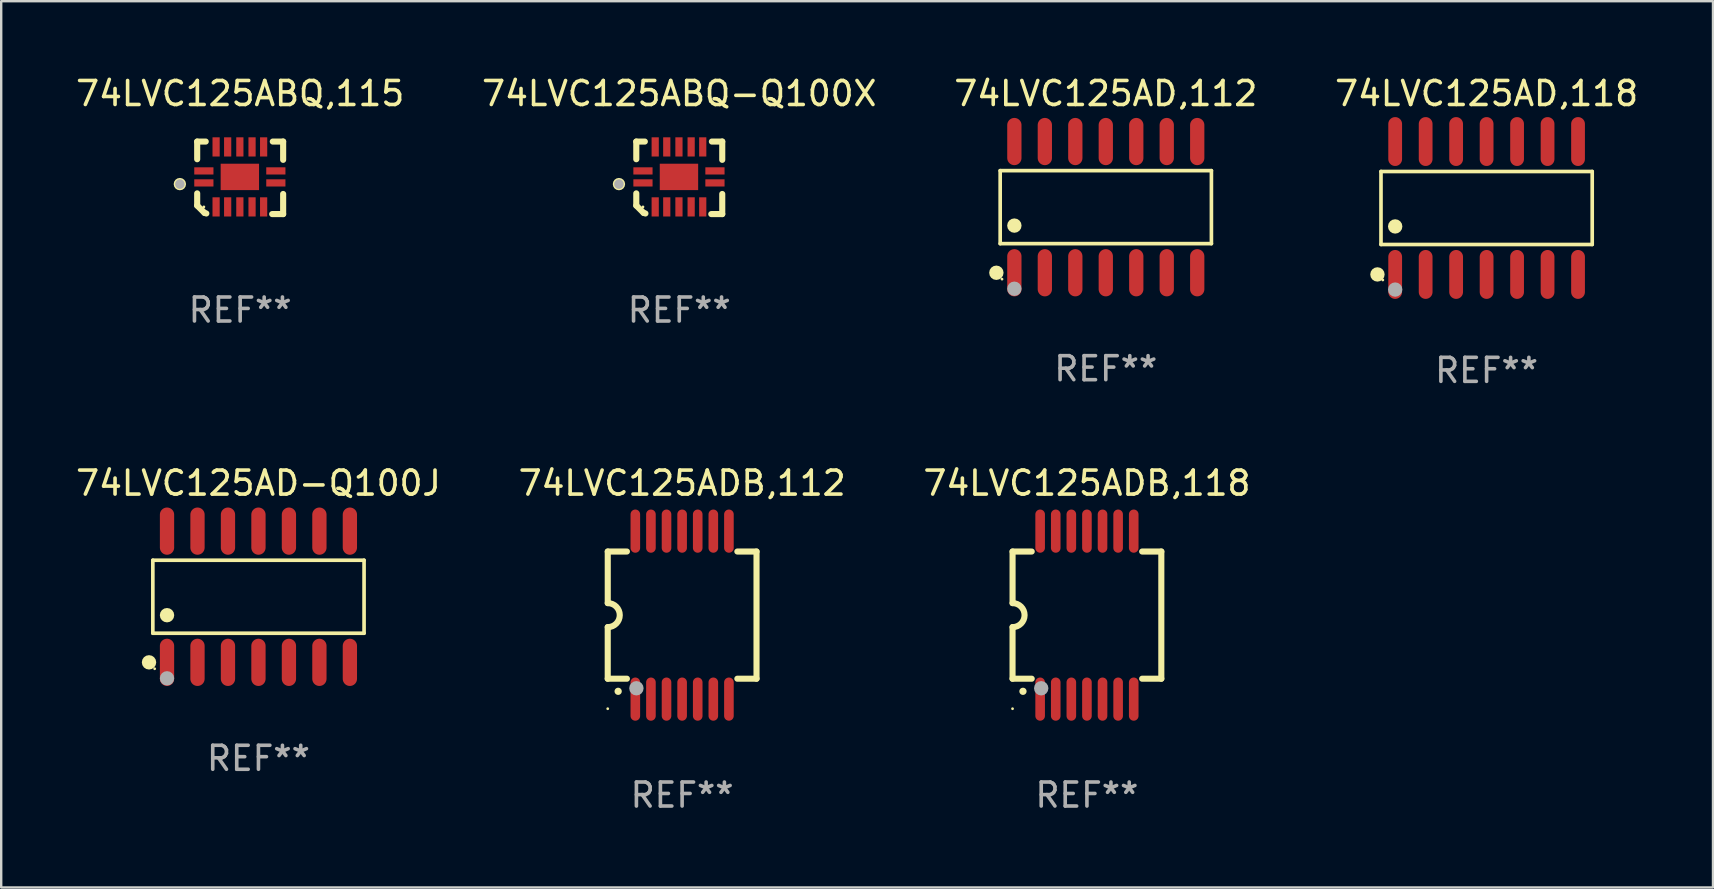
<source format=kicad_pcb>
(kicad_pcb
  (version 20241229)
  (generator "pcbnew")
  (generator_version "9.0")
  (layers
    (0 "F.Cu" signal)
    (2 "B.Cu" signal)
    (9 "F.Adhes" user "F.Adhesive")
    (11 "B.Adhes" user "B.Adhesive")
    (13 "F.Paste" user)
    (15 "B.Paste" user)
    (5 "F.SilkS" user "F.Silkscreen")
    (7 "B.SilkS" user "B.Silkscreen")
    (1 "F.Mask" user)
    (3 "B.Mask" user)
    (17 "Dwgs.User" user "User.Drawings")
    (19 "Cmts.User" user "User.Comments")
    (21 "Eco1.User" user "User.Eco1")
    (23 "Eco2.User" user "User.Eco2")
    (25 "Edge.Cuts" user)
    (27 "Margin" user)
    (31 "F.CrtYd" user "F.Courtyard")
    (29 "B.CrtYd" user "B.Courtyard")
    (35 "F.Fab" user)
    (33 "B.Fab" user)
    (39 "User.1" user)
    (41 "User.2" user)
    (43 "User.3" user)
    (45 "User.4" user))
  (footprint "74LVC125ABQ,115"
    (layer "F.Cu")
    (at 6.958 4.36)
    (property "Reference" "74LVC125ABQ,115" (at 0 -3.511 0) (layer "F.SilkS") (effects (font (size 1 1) (thickness 0.15))))
    (attr through_hole)
    (fp_line (start -1.791 -1.511) (end -1.435 -1.511) (stroke (width 0.254) (type solid)) (layer "F.SilkS"))
    (fp_line (start -1.791 -0.775) (end -1.791 -1.511) (stroke (width 0.254) (type solid)) (layer "F.SilkS"))
    (fp_line (start -1.791 1.156) (end -1.791 0.648) (stroke (width 0.254) (type solid)) (layer "F.SilkS"))
    (fp_line (start -1.486 1.461) (end -1.791 1.156) (stroke (width 0.254) (type solid)) (layer "F.SilkS"))
    (fp_line (start -1.41 1.486) (end -1.486 1.461) (stroke (width 0.254) (type solid)) (layer "F.SilkS"))
    (fp_line (start 1.334 1.511) (end 1.791 1.511) (stroke (width 0.254) (type solid)) (layer "F.SilkS"))
    (fp_line (start 1.791 -1.511) (end 1.359 -1.511) (stroke (width 0.254) (type solid)) (layer "F.SilkS"))
    (fp_line (start 1.791 -0.749) (end 1.791 -1.511) (stroke (width 0.254) (type solid)) (layer "F.SilkS"))
    (fp_line (start 1.791 1.511) (end 1.791 0.673) (stroke (width 0.254) (type solid)) (layer "F.SilkS"))
    (fp_circle (center -2.513 0.262) (end -2.383 0.262) (stroke (width 0.254) (type solid)) (fill no) (layer "F.SilkS"))
    (fp_circle (center -1.513 1.212) (end -1.483 1.212) (stroke (width 0.06) (type solid)) (fill no) (layer "F.SilkS"))
    (fp_circle (center -2.513 0.262) (end -2.413 0.262) (stroke (width 0.2) (type solid)) (fill no) (layer "F.Fab"))
    (fp_text user "REF**" (at 0 5.511 0) (layer "F.Fab") (effects (font (size 1 1) (thickness 0.15))))
    (pad "1" smd rect (at -1.513 0.212) (size 0.8 0.3) (layers "F.Cu" "F.Mask" "F.Paste"))
    (pad "2" smd rect (at -1.003 1.212) (size 0.3 0.8) (layers "F.Cu" "F.Mask" "F.Paste"))
    (pad "3" smd rect (at -0.521 1.212) (size 0.3 0.8) (layers "F.Cu" "F.Mask" "F.Paste"))
    (pad "4" smd rect (at -0.013 1.212) (size 0.3 0.8) (layers "F.Cu" "F.Mask" "F.Paste"))
    (pad "5" smd rect (at 0.495 1.212) (size 0.3 0.8) (layers "F.Cu" "F.Mask" "F.Paste"))
    (pad "6" smd rect (at 0.978 1.212) (size 0.3 0.8) (layers "F.Cu" "F.Mask" "F.Paste"))
    (pad "7" smd rect (at 1.487 0.212) (size 0.8 0.3) (layers "F.Cu" "F.Mask" "F.Paste"))
    (pad "8" smd rect (at 1.487 -0.288) (size 0.8 0.3) (layers "F.Cu" "F.Mask" "F.Paste"))
    (pad "9" smd rect (at 0.978 -1.288) (size 0.3 0.8) (layers "F.Cu" "F.Mask" "F.Paste"))
    (pad "10" smd rect (at 0.495 -1.288) (size 0.3 0.8) (layers "F.Cu" "F.Mask" "F.Paste"))
    (pad "11" smd rect (at -0.013 -1.288) (size 0.3 0.8) (layers "F.Cu" "F.Mask" "F.Paste"))
    (pad "12" smd rect (at -0.521 -1.288) (size 0.3 0.8) (layers "F.Cu" "F.Mask" "F.Paste"))
    (pad "13" smd rect (at -1.003 -1.288) (size 0.3 0.8) (layers "F.Cu" "F.Mask" "F.Paste"))
    (pad "14" smd rect (at -1.513 -0.288) (size 0.8 0.3) (layers "F.Cu" "F.Mask" "F.Paste"))
    (pad "15" smd rect (at -0.013 -0.038 90) (size 1.1 1.6) (layers "F.Cu" "F.Mask" "F.Paste")))
  (footprint "74LVC125ABQ-Q100X"
    (layer "F.Cu")
    (at 25.256 4.36)
    (property "Reference" "74LVC125ABQ-Q100X" (at 0 -3.511 0) (layer "F.SilkS") (effects (font (size 1 1) (thickness 0.15))))
    (attr through_hole)
    (fp_line (start -1.791 -1.511) (end -1.435 -1.511) (stroke (width 0.254) (type solid)) (layer "F.SilkS"))
    (fp_line (start -1.791 -0.775) (end -1.791 -1.511) (stroke (width 0.254) (type solid)) (layer "F.SilkS"))
    (fp_line (start -1.791 1.156) (end -1.791 0.648) (stroke (width 0.254) (type solid)) (layer "F.SilkS"))
    (fp_line (start -1.486 1.461) (end -1.791 1.156) (stroke (width 0.254) (type solid)) (layer "F.SilkS"))
    (fp_line (start -1.41 1.486) (end -1.486 1.461) (stroke (width 0.254) (type solid)) (layer "F.SilkS"))
    (fp_line (start 1.334 1.511) (end 1.791 1.511) (stroke (width 0.254) (type solid)) (layer "F.SilkS"))
    (fp_line (start 1.791 -1.511) (end 1.359 -1.511) (stroke (width 0.254) (type solid)) (layer "F.SilkS"))
    (fp_line (start 1.791 -0.749) (end 1.791 -1.511) (stroke (width 0.254) (type solid)) (layer "F.SilkS"))
    (fp_line (start 1.791 1.511) (end 1.791 0.673) (stroke (width 0.254) (type solid)) (layer "F.SilkS"))
    (fp_circle (center -2.513 0.262) (end -2.383 0.262) (stroke (width 0.254) (type solid)) (fill no) (layer "F.SilkS"))
    (fp_circle (center -1.513 1.212) (end -1.483 1.212) (stroke (width 0.06) (type solid)) (fill no) (layer "F.SilkS"))
    (fp_circle (center -2.513 0.262) (end -2.413 0.262) (stroke (width 0.2) (type solid)) (fill no) (layer "F.Fab"))
    (fp_text user "REF**" (at 0 5.511 0) (layer "F.Fab") (effects (font (size 1 1) (thickness 0.15))))
    (pad "1" smd rect (at -1.513 0.212) (size 0.8 0.3) (layers "F.Cu" "F.Mask" "F.Paste"))
    (pad "2" smd rect (at -1.003 1.212) (size 0.3 0.8) (layers "F.Cu" "F.Mask" "F.Paste"))
    (pad "3" smd rect (at -0.521 1.212) (size 0.3 0.8) (layers "F.Cu" "F.Mask" "F.Paste"))
    (pad "4" smd rect (at -0.013 1.212) (size 0.3 0.8) (layers "F.Cu" "F.Mask" "F.Paste"))
    (pad "5" smd rect (at 0.495 1.212) (size 0.3 0.8) (layers "F.Cu" "F.Mask" "F.Paste"))
    (pad "6" smd rect (at 0.978 1.212) (size 0.3 0.8) (layers "F.Cu" "F.Mask" "F.Paste"))
    (pad "7" smd rect (at 1.487 0.212) (size 0.8 0.3) (layers "F.Cu" "F.Mask" "F.Paste"))
    (pad "8" smd rect (at 1.487 -0.288) (size 0.8 0.3) (layers "F.Cu" "F.Mask" "F.Paste"))
    (pad "9" smd rect (at 0.978 -1.288) (size 0.3 0.8) (layers "F.Cu" "F.Mask" "F.Paste"))
    (pad "10" smd rect (at 0.495 -1.288) (size 0.3 0.8) (layers "F.Cu" "F.Mask" "F.Paste"))
    (pad "11" smd rect (at -0.013 -1.288) (size 0.3 0.8) (layers "F.Cu" "F.Mask" "F.Paste"))
    (pad "12" smd rect (at -0.521 -1.288) (size 0.3 0.8) (layers "F.Cu" "F.Mask" "F.Paste"))
    (pad "13" smd rect (at -1.003 -1.288) (size 0.3 0.8) (layers "F.Cu" "F.Mask" "F.Paste"))
    (pad "14" smd rect (at -1.513 -0.288) (size 0.8 0.3) (layers "F.Cu" "F.Mask" "F.Paste"))
    (pad "15" smd rect (at -0.013 -0.038 90) (size 1.1 1.6) (layers "F.Cu" "F.Mask" "F.Paste")))
  (footprint "74LVC125AD,118"
    (layer "F.Cu")
    (at 58.899 5.617)
    (property "Reference" "74LVC125AD,118" (at 0 -4.769 0) (layer "F.SilkS") (effects (font (size 1 1) (thickness 0.15))))
    (attr through_hole)
    (fp_line (start -4.401 -1.521) (end 4.401 -1.521) (stroke (width 0.152) (type solid)) (layer "F.SilkS"))
    (fp_line (start -4.401 1.521) (end -4.401 -1.521) (stroke (width 0.152) (type solid)) (layer "F.SilkS"))
    (fp_line (start 4.401 -1.521) (end 4.401 1.521) (stroke (width 0.152) (type solid)) (layer "F.SilkS"))
    (fp_line (start 4.401 1.521) (end -4.401 1.521) (stroke (width 0.152) (type solid)) (layer "F.SilkS"))
    (fp_circle (center -4.549 2.769) (end -4.399 2.769) (stroke (width 0.3) (type solid)) (fill no) (layer "F.SilkS"))
    (fp_circle (center -4.325 3) (end -4.295 3) (stroke (width 0.06) (type solid)) (fill no) (layer "F.SilkS"))
    (fp_circle (center -3.81 0.769) (end -3.66 0.769) (stroke (width 0.3) (type solid)) (fill no) (layer "F.SilkS"))
    (fp_circle (center -3.81 3.4) (end -3.66 3.4) (stroke (width 0.3) (type solid)) (fill no) (layer "F.Fab"))
    (fp_text user "REF**" (at 0 6.769 0) (layer "F.Fab") (effects (font (size 1 1) (thickness 0.15))))
    (pad "1" smd oval (at -3.81 2.769) (size 0.574 2.038) (layers "F.Cu" "F.Mask" "F.Paste"))
    (pad "2" smd oval (at -2.54 2.769) (size 0.574 2.038) (layers "F.Cu" "F.Mask" "F.Paste"))
    (pad "3" smd oval (at -1.27 2.769) (size 0.574 2.038) (layers "F.Cu" "F.Mask" "F.Paste"))
    (pad "4" smd oval (at 0 2.769) (size 0.574 2.038) (layers "F.Cu" "F.Mask" "F.Paste"))
    (pad "5" smd oval (at 1.27 2.769) (size 0.574 2.038) (layers "F.Cu" "F.Mask" "F.Paste"))
    (pad "6" smd oval (at 2.54 2.769) (size 0.574 2.038) (layers "F.Cu" "F.Mask" "F.Paste"))
    (pad "7" smd oval (at 3.81 2.769) (size 0.574 2.038) (layers "F.Cu" "F.Mask" "F.Paste"))
    (pad "8" smd oval (at 3.81 -2.769) (size 0.574 2.038) (layers "F.Cu" "F.Mask" "F.Paste"))
    (pad "9" smd oval (at 2.54 -2.769) (size 0.574 2.038) (layers "F.Cu" "F.Mask" "F.Paste"))
    (pad "10" smd oval (at 1.27 -2.769) (size 0.574 2.038) (layers "F.Cu" "F.Mask" "F.Paste"))
    (pad "11" smd oval (at 0 -2.769) (size 0.574 2.038) (layers "F.Cu" "F.Mask" "F.Paste"))
    (pad "12" smd oval (at -1.27 -2.769) (size 0.574 2.038) (layers "F.Cu" "F.Mask" "F.Paste"))
    (pad "13" smd oval (at -2.54 -2.769) (size 0.574 2.038) (layers "F.Cu" "F.Mask" "F.Paste"))
    (pad "14" smd oval (at -3.81 -2.769) (size 0.574 2.038) (layers "F.Cu" "F.Mask" "F.Paste")))
  (footprint "74LVC125AD,112"
    (layer "F.Cu")
    (at 43.03 5.582)
    (property "Reference" "74LVC125AD,112" (at 0 -4.734 0) (layer "F.SilkS") (effects (font (size 1 1) (thickness 0.15))))
    (attr through_hole)
    (fp_line (start -4.401 -1.521) (end 4.401 -1.521) (stroke (width 0.152) (type solid)) (layer "F.SilkS"))
    (fp_line (start -4.401 1.521) (end -4.401 -1.521) (stroke (width 0.152) (type solid)) (layer "F.SilkS"))
    (fp_line (start 4.401 -1.521) (end 4.401 1.521) (stroke (width 0.152) (type solid)) (layer "F.SilkS"))
    (fp_line (start 4.401 1.521) (end -4.401 1.521) (stroke (width 0.152) (type solid)) (layer "F.SilkS"))
    (fp_circle (center -4.56 2.734) (end -4.41 2.734) (stroke (width 0.3) (type solid)) (fill no) (layer "F.SilkS"))
    (fp_circle (center -4.325 3) (end -4.295 3) (stroke (width 0.06) (type solid)) (fill no) (layer "F.SilkS"))
    (fp_circle (center -3.81 0.769) (end -3.66 0.769) (stroke (width 0.3) (type solid)) (fill no) (layer "F.SilkS"))
    (fp_circle (center -3.81 3.4) (end -3.66 3.4) (stroke (width 0.3) (type solid)) (fill no) (layer "F.Fab"))
    (fp_text user "REF**" (at 0 6.734 0) (layer "F.Fab") (effects (font (size 1 1) (thickness 0.15))))
    (pad "1" smd oval (at -3.81 2.734) (size 0.595 1.968) (layers "F.Cu" "F.Mask" "F.Paste"))
    (pad "2" smd oval (at -2.54 2.734) (size 0.595 1.968) (layers "F.Cu" "F.Mask" "F.Paste"))
    (pad "3" smd oval (at -1.27 2.734) (size 0.595 1.968) (layers "F.Cu" "F.Mask" "F.Paste"))
    (pad "4" smd oval (at 0 2.734) (size 0.595 1.968) (layers "F.Cu" "F.Mask" "F.Paste"))
    (pad "5" smd oval (at 1.27 2.734) (size 0.595 1.968) (layers "F.Cu" "F.Mask" "F.Paste"))
    (pad "6" smd oval (at 2.54 2.734) (size 0.595 1.968) (layers "F.Cu" "F.Mask" "F.Paste"))
    (pad "7" smd oval (at 3.81 2.734) (size 0.595 1.968) (layers "F.Cu" "F.Mask" "F.Paste"))
    (pad "8" smd oval (at 3.81 -2.734) (size 0.595 1.968) (layers "F.Cu" "F.Mask" "F.Paste"))
    (pad "9" smd oval (at 2.54 -2.734) (size 0.595 1.968) (layers "F.Cu" "F.Mask" "F.Paste"))
    (pad "10" smd oval (at 1.27 -2.734) (size 0.595 1.968) (layers "F.Cu" "F.Mask" "F.Paste"))
    (pad "11" smd oval (at 0 -2.734) (size 0.595 1.968) (layers "F.Cu" "F.Mask" "F.Paste"))
    (pad "12" smd oval (at -1.27 -2.734) (size 0.595 1.968) (layers "F.Cu" "F.Mask" "F.Paste"))
    (pad "13" smd oval (at -2.54 -2.734) (size 0.595 1.968) (layers "F.Cu" "F.Mask" "F.Paste"))
    (pad "14" smd oval (at -3.81 -2.734) (size 0.595 1.968) (layers "F.Cu" "F.Mask" "F.Paste")))
  (footprint "74LVC125ADB,112"
    (layer "F.Cu")
    (at 25.375 22.583)
    (property "Reference" "74LVC125ADB,112" (at 0 -5.5 0) (layer "F.SilkS") (effects (font (size 1 1) (thickness 0.15))))
    (attr through_hole)
    (fp_line (start -3.1 2.65) (end -3.1 0.5) (stroke (width 0.254) (type solid)) (layer "F.SilkS"))
    (fp_line (start -3.099 -2.65) (end -2.301 -2.65) (stroke (width 0.254) (type solid)) (layer "F.SilkS"))
    (fp_line (start -3.099 -0.5) (end -3.099 -2.65) (stroke (width 0.254) (type solid)) (layer "F.SilkS"))
    (fp_line (start -2.301 2.65) (end -3.1 2.65) (stroke (width 0.254) (type solid)) (layer "F.SilkS"))
    (fp_line (start 2.301 -2.65) (end 3.1 -2.65) (stroke (width 0.254) (type solid)) (layer "F.SilkS"))
    (fp_line (start 3.1 -2.65) (end 3.1 2.65) (stroke (width 0.254) (type solid)) (layer "F.SilkS"))
    (fp_line (start 3.1 2.65) (end 2.301 2.65) (stroke (width 0.254) (type solid)) (layer "F.SilkS"))
    (fp_arc (start -3.098806 -0.500381) (mid -2.598806 0) (end -3.098806 0.500381) (stroke (width 0.254001) (type solid)) (layer "F.SilkS"))
    (fp_arc (start -2.667005 3.175006) (mid -2.665735 3.175001) (end -2.664465 3.175006) (stroke (width 0.3) (type solid)) (layer "F.SilkS"))
    (fp_circle (center -3.1 3.9) (end -3.07 3.9) (stroke (width 0.06) (type solid)) (fill no) (layer "F.SilkS"))
    (fp_circle (center -1.905 3.048) (end -1.755 3.048) (stroke (width 0.3) (type solid)) (fill no) (layer "F.Fab"))
    (fp_text user "REF**" (at 0 7.5 0) (layer "F.Fab") (effects (font (size 1 1) (thickness 0.15))))
    (pad "1" smd oval (at -1.95 3.5 270) (size 1.8 0.4) (layers "F.Cu" "F.Mask" "F.Paste"))
    (pad "2" smd oval (at -1.3 3.5 270) (size 1.8 0.4) (layers "F.Cu" "F.Mask" "F.Paste"))
    (pad "3" smd oval (at -0.65 3.5 270) (size 1.8 0.4) (layers "F.Cu" "F.Mask" "F.Paste"))
    (pad "4" smd oval (at 0 3.5 270) (size 1.8 0.4) (layers "F.Cu" "F.Mask" "F.Paste"))
    (pad "5" smd oval (at 0.65 3.5 270) (size 1.8 0.4) (layers "F.Cu" "F.Mask" "F.Paste"))
    (pad "6" smd oval (at 1.3 3.5 270) (size 1.8 0.4) (layers "F.Cu" "F.Mask" "F.Paste"))
    (pad "7" smd oval (at 1.95 3.5 270) (size 1.8 0.4) (layers "F.Cu" "F.Mask" "F.Paste"))
    (pad "8" smd oval (at 1.95 -3.5 90) (size 1.8 0.4) (layers "F.Cu" "F.Mask" "F.Paste"))
    (pad "9" smd oval (at 1.3 -3.5 90) (size 1.8 0.4) (layers "F.Cu" "F.Mask" "F.Paste"))
    (pad "10" smd oval (at 0.65 -3.5 90) (size 1.8 0.4) (layers "F.Cu" "F.Mask" "F.Paste"))
    (pad "11" smd oval (at 0 -3.5 90) (size 1.8 0.4) (layers "F.Cu" "F.Mask" "F.Paste"))
    (pad "12" smd oval (at -0.65 -3.5 90) (size 1.8 0.4) (layers "F.Cu" "F.Mask" "F.Paste"))
    (pad "13" smd oval (at -1.3 -3.5 90) (size 1.8 0.4) (layers "F.Cu" "F.Mask" "F.Paste"))
    (pad "14" smd oval (at -1.95 -3.5 90) (size 1.8 0.4) (layers "F.Cu" "F.Mask" "F.Paste")))
  (footprint "74LVC125ADB,118"
    (layer "F.Cu")
    (at 42.244 22.583)
    (property "Reference" "74LVC125ADB,118" (at 0 -5.5 0) (layer "F.SilkS") (effects (font (size 1 1) (thickness 0.15))))
    (attr through_hole)
    (fp_line (start -3.1 2.65) (end -3.1 0.5) (stroke (width 0.254) (type solid)) (layer "F.SilkS"))
    (fp_line (start -3.099 -2.65) (end -2.301 -2.65) (stroke (width 0.254) (type solid)) (layer "F.SilkS"))
    (fp_line (start -3.099 -0.5) (end -3.099 -2.65) (stroke (width 0.254) (type solid)) (layer "F.SilkS"))
    (fp_line (start -2.301 2.65) (end -3.1 2.65) (stroke (width 0.254) (type solid)) (layer "F.SilkS"))
    (fp_line (start 2.301 -2.65) (end 3.1 -2.65) (stroke (width 0.254) (type solid)) (layer "F.SilkS"))
    (fp_line (start 3.1 -2.65) (end 3.1 2.65) (stroke (width 0.254) (type solid)) (layer "F.SilkS"))
    (fp_line (start 3.1 2.65) (end 2.301 2.65) (stroke (width 0.254) (type solid)) (layer "F.SilkS"))
    (fp_arc (start -3.098806 -0.500381) (mid -2.598806 0) (end -3.098806 0.500381) (stroke (width 0.254001) (type solid)) (layer "F.SilkS"))
    (fp_arc (start -2.667005 3.175006) (mid -2.665735 3.175001) (end -2.664465 3.175006) (stroke (width 0.3) (type solid)) (layer "F.SilkS"))
    (fp_circle (center -3.1 3.9) (end -3.07 3.9) (stroke (width 0.06) (type solid)) (fill no) (layer "F.SilkS"))
    (fp_circle (center -1.905 3.048) (end -1.755 3.048) (stroke (width 0.3) (type solid)) (fill no) (layer "F.Fab"))
    (fp_text user "REF**" (at 0 7.5 0) (layer "F.Fab") (effects (font (size 1 1) (thickness 0.15))))
    (pad "1" smd oval (at -1.95 3.5 270) (size 1.8 0.4) (layers "F.Cu" "F.Mask" "F.Paste"))
    (pad "2" smd oval (at -1.3 3.5 270) (size 1.8 0.4) (layers "F.Cu" "F.Mask" "F.Paste"))
    (pad "3" smd oval (at -0.65 3.5 270) (size 1.8 0.4) (layers "F.Cu" "F.Mask" "F.Paste"))
    (pad "4" smd oval (at 0 3.5 270) (size 1.8 0.4) (layers "F.Cu" "F.Mask" "F.Paste"))
    (pad "5" smd oval (at 0.65 3.5 270) (size 1.8 0.4) (layers "F.Cu" "F.Mask" "F.Paste"))
    (pad "6" smd oval (at 1.3 3.5 270) (size 1.8 0.4) (layers "F.Cu" "F.Mask" "F.Paste"))
    (pad "7" smd oval (at 1.95 3.5 270) (size 1.8 0.4) (layers "F.Cu" "F.Mask" "F.Paste"))
    (pad "8" smd oval (at 1.95 -3.5 90) (size 1.8 0.4) (layers "F.Cu" "F.Mask" "F.Paste"))
    (pad "9" smd oval (at 1.3 -3.5 90) (size 1.8 0.4) (layers "F.Cu" "F.Mask" "F.Paste"))
    (pad "10" smd oval (at 0.65 -3.5 90) (size 1.8 0.4) (layers "F.Cu" "F.Mask" "F.Paste"))
    (pad "11" smd oval (at 0 -3.5 90) (size 1.8 0.4) (layers "F.Cu" "F.Mask" "F.Paste"))
    (pad "12" smd oval (at -0.65 -3.5 90) (size 1.8 0.4) (layers "F.Cu" "F.Mask" "F.Paste"))
    (pad "13" smd oval (at -1.3 -3.5 90) (size 1.8 0.4) (layers "F.Cu" "F.Mask" "F.Paste"))
    (pad "14" smd oval (at -1.95 -3.5 90) (size 1.8 0.4) (layers "F.Cu" "F.Mask" "F.Paste")))
  (footprint "74LVC125AD-Q100J"
    (layer "F.Cu")
    (at 7.72 21.817)
    (property "Reference" "74LVC125AD-Q100J" (at 0 -4.734 0) (layer "F.SilkS") (effects (font (size 1 1) (thickness 0.15))))
    (attr through_hole)
    (fp_line (start -4.401 -1.521) (end 4.401 -1.521) (stroke (width 0.152) (type solid)) (layer "F.SilkS"))
    (fp_line (start -4.401 1.521) (end -4.401 -1.521) (stroke (width 0.152) (type solid)) (layer "F.SilkS"))
    (fp_line (start 4.401 -1.521) (end 4.401 1.521) (stroke (width 0.152) (type solid)) (layer "F.SilkS"))
    (fp_line (start 4.401 1.521) (end -4.401 1.521) (stroke (width 0.152) (type solid)) (layer "F.SilkS"))
    (fp_circle (center -4.56 2.734) (end -4.41 2.734) (stroke (width 0.3) (type solid)) (fill no) (layer "F.SilkS"))
    (fp_circle (center -4.325 3) (end -4.295 3) (stroke (width 0.06) (type solid)) (fill no) (layer "F.SilkS"))
    (fp_circle (center -3.81 0.769) (end -3.66 0.769) (stroke (width 0.3) (type solid)) (fill no) (layer "F.SilkS"))
    (fp_circle (center -3.81 3.4) (end -3.66 3.4) (stroke (width 0.3) (type solid)) (fill no) (layer "F.Fab"))
    (fp_text user "REF**" (at 0 6.734 0) (layer "F.Fab") (effects (font (size 1 1) (thickness 0.15))))
    (pad "1" smd oval (at -3.81 2.734) (size 0.595 1.968) (layers "F.Cu" "F.Mask" "F.Paste"))
    (pad "2" smd oval (at -2.54 2.734) (size 0.595 1.968) (layers "F.Cu" "F.Mask" "F.Paste"))
    (pad "3" smd oval (at -1.27 2.734) (size 0.595 1.968) (layers "F.Cu" "F.Mask" "F.Paste"))
    (pad "4" smd oval (at 0 2.734) (size 0.595 1.968) (layers "F.Cu" "F.Mask" "F.Paste"))
    (pad "5" smd oval (at 1.27 2.734) (size 0.595 1.968) (layers "F.Cu" "F.Mask" "F.Paste"))
    (pad "6" smd oval (at 2.54 2.734) (size 0.595 1.968) (layers "F.Cu" "F.Mask" "F.Paste"))
    (pad "7" smd oval (at 3.81 2.734) (size 0.595 1.968) (layers "F.Cu" "F.Mask" "F.Paste"))
    (pad "8" smd oval (at 3.81 -2.734) (size 0.595 1.968) (layers "F.Cu" "F.Mask" "F.Paste"))
    (pad "9" smd oval (at 2.54 -2.734) (size 0.595 1.968) (layers "F.Cu" "F.Mask" "F.Paste"))
    (pad "10" smd oval (at 1.27 -2.734) (size 0.595 1.968) (layers "F.Cu" "F.Mask" "F.Paste"))
    (pad "11" smd oval (at 0 -2.734) (size 0.595 1.968) (layers "F.Cu" "F.Mask" "F.Paste"))
    (pad "12" smd oval (at -1.27 -2.734) (size 0.595 1.968) (layers "F.Cu" "F.Mask" "F.Paste"))
    (pad "13" smd oval (at -2.54 -2.734) (size 0.595 1.968) (layers "F.Cu" "F.Mask" "F.Paste"))
    (pad "14" smd oval (at -3.81 -2.734) (size 0.595 1.968) (layers "F.Cu" "F.Mask" "F.Paste")))
  (gr_rect
    (start -3 -3)
    (end 68.333 33.931)
    (stroke (width 0.1) (type default))
    (fill no)
    (layer "Edge.Cuts")))
</source>
